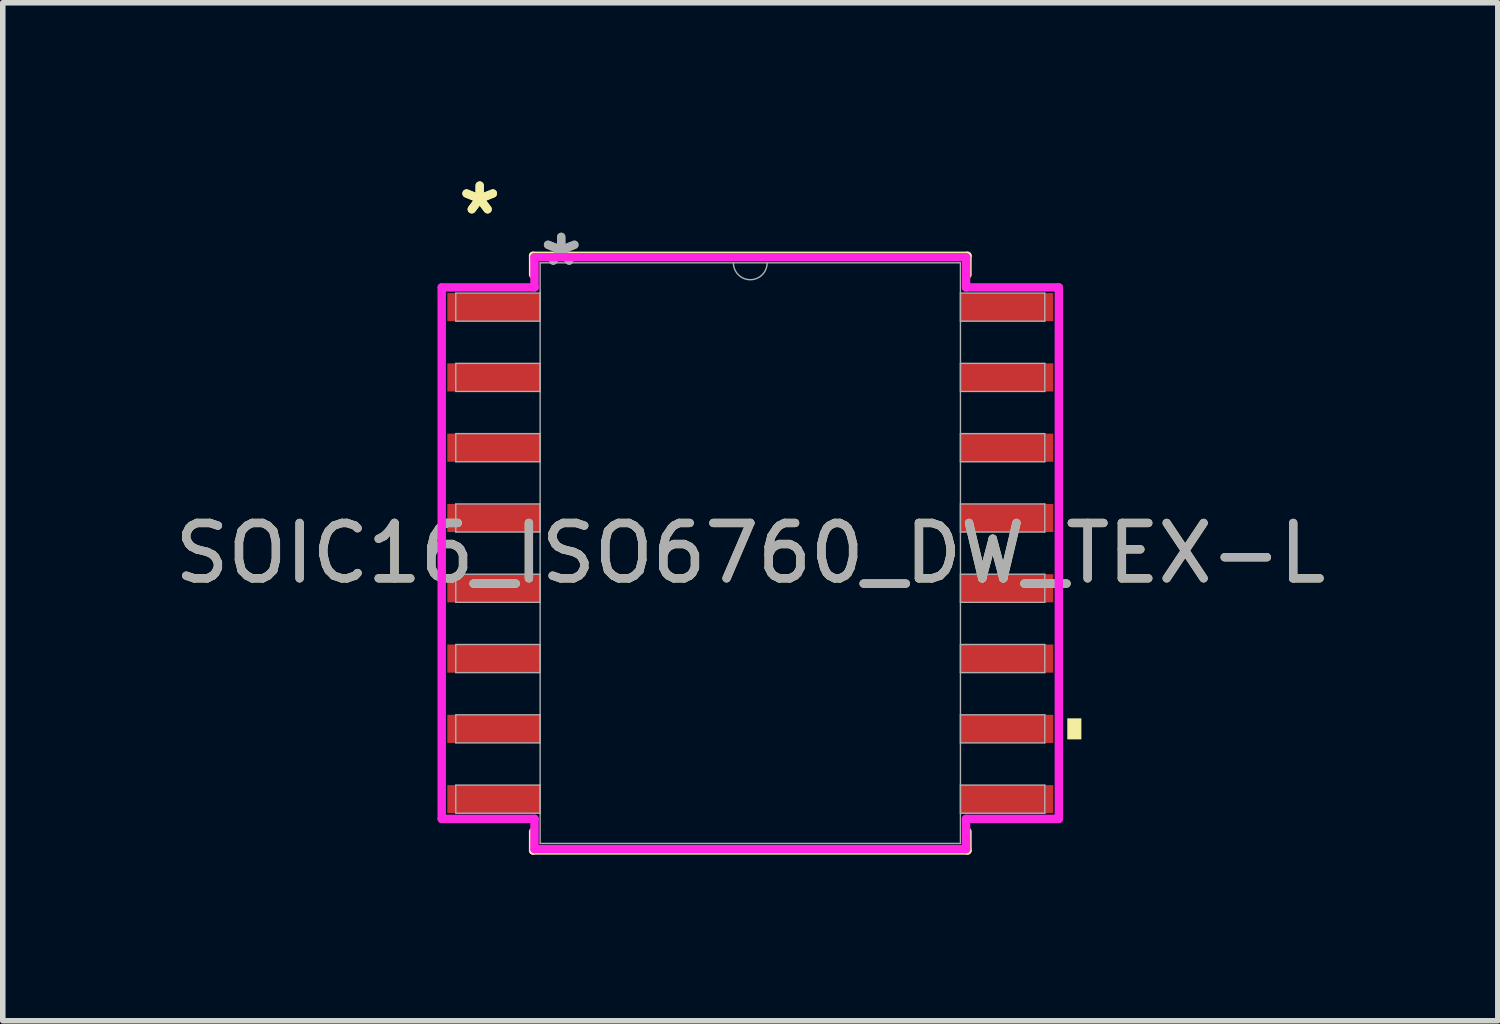
<source format=kicad_pcb>
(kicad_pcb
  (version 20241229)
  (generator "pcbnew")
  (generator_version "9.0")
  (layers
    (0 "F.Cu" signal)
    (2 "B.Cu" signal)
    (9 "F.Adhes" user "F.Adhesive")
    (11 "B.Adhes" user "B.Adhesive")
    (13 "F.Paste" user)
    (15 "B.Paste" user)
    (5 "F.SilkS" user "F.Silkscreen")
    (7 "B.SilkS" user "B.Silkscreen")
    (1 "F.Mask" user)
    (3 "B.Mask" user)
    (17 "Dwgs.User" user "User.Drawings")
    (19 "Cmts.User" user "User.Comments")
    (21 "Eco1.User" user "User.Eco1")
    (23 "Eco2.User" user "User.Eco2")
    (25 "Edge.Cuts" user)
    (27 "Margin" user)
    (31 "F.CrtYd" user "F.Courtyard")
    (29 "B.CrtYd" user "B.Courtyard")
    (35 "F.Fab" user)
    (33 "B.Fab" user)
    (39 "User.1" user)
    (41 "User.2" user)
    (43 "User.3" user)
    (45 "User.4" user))
  (footprint "SOIC16_ISO6760_DW_TEX-L"
    (layer "F.Cu")
    (at 10.506 6.944)
    (property "Reference" "SOIC16_ISO6760_DW_TEX-L" (at 0 0 0) (unlocked yes) (layer "F.SilkS") (effects (font (size 1 1) (thickness 0.15))))
    (attr smd)
    (fp_line (start -3.924 -5.372) (end -3.924 -5.032) (stroke (width 0.152) (type solid)) (layer "F.SilkS"))
    (fp_line (start -3.924 5.032) (end -3.924 5.372) (stroke (width 0.152) (type solid)) (layer "F.SilkS"))
    (fp_line (start -3.924 5.372) (end 3.924 5.372) (stroke (width 0.152) (type solid)) (layer "F.SilkS"))
    (fp_line (start 3.924 -5.372) (end -3.924 -5.372) (stroke (width 0.152) (type solid)) (layer "F.SilkS"))
    (fp_line (start 3.924 -5.032) (end 3.924 -5.372) (stroke (width 0.152) (type solid)) (layer "F.SilkS"))
    (fp_line (start 3.924 5.372) (end 3.924 5.032) (stroke (width 0.152) (type solid)) (layer "F.SilkS"))
    (fp_poly (pts (xy 5.982 2.985) (xy 5.982 3.365) (xy 5.728 3.365) (xy 5.728 2.985)) (stroke (width 0) (type solid)) (fill yes) (layer "F.SilkS"))
    (fp_line (start -5.575 -4.801) (end -3.899 -4.801) (stroke (width 0.152) (type solid)) (layer "F.CrtYd"))
    (fp_line (start -5.575 4.801) (end -5.575 -4.801) (stroke (width 0.152) (type solid)) (layer "F.CrtYd"))
    (fp_line (start -5.575 4.801) (end -3.899 4.801) (stroke (width 0.152) (type solid)) (layer "F.CrtYd"))
    (fp_line (start -3.899 -5.347) (end 3.899 -5.347) (stroke (width 0.152) (type solid)) (layer "F.CrtYd"))
    (fp_line (start -3.899 -4.801) (end -3.899 -5.347) (stroke (width 0.152) (type solid)) (layer "F.CrtYd"))
    (fp_line (start -3.899 5.347) (end -3.899 4.801) (stroke (width 0.152) (type solid)) (layer "F.CrtYd"))
    (fp_line (start 3.899 -5.347) (end 3.899 -4.801) (stroke (width 0.152) (type solid)) (layer "F.CrtYd"))
    (fp_line (start 3.899 4.801) (end 3.899 5.347) (stroke (width 0.152) (type solid)) (layer "F.CrtYd"))
    (fp_line (start 3.899 5.347) (end -3.899 5.347) (stroke (width 0.152) (type solid)) (layer "F.CrtYd"))
    (fp_line (start 5.575 -4.801) (end 3.899 -4.801) (stroke (width 0.152) (type solid)) (layer "F.CrtYd"))
    (fp_line (start 5.575 -4.801) (end 5.575 4.801) (stroke (width 0.152) (type solid)) (layer "F.CrtYd"))
    (fp_line (start 5.575 4.801) (end 3.899 4.801) (stroke (width 0.152) (type solid)) (layer "F.CrtYd"))
    (fp_line (start -5.321 -4.699) (end -5.321 -4.191) (stroke (width 0.025) (type solid)) (layer "F.Fab"))
    (fp_line (start -5.321 -4.191) (end -3.797 -4.191) (stroke (width 0.025) (type solid)) (layer "F.Fab"))
    (fp_line (start -5.321 -3.429) (end -5.321 -2.921) (stroke (width 0.025) (type solid)) (layer "F.Fab"))
    (fp_line (start -5.321 -2.921) (end -3.797 -2.921) (stroke (width 0.025) (type solid)) (layer "F.Fab"))
    (fp_line (start -5.321 -2.159) (end -5.321 -1.651) (stroke (width 0.025) (type solid)) (layer "F.Fab"))
    (fp_line (start -5.321 -1.651) (end -3.797 -1.651) (stroke (width 0.025) (type solid)) (layer "F.Fab"))
    (fp_line (start -5.321 -0.889) (end -5.321 -0.381) (stroke (width 0.025) (type solid)) (layer "F.Fab"))
    (fp_line (start -5.321 -0.381) (end -3.797 -0.381) (stroke (width 0.025) (type solid)) (layer "F.Fab"))
    (fp_line (start -5.321 0.381) (end -5.321 0.889) (stroke (width 0.025) (type solid)) (layer "F.Fab"))
    (fp_line (start -5.321 0.889) (end -3.797 0.889) (stroke (width 0.025) (type solid)) (layer "F.Fab"))
    (fp_line (start -5.321 1.651) (end -5.321 2.159) (stroke (width 0.025) (type solid)) (layer "F.Fab"))
    (fp_line (start -5.321 2.159) (end -3.797 2.159) (stroke (width 0.025) (type solid)) (layer "F.Fab"))
    (fp_line (start -5.321 2.921) (end -5.321 3.429) (stroke (width 0.025) (type solid)) (layer "F.Fab"))
    (fp_line (start -5.321 3.429) (end -3.797 3.429) (stroke (width 0.025) (type solid)) (layer "F.Fab"))
    (fp_line (start -5.321 4.191) (end -5.321 4.699) (stroke (width 0.025) (type solid)) (layer "F.Fab"))
    (fp_line (start -5.321 4.699) (end -3.797 4.699) (stroke (width 0.025) (type solid)) (layer "F.Fab"))
    (fp_line (start -3.797 -5.245) (end -3.797 5.245) (stroke (width 0.025) (type solid)) (layer "F.Fab"))
    (fp_line (start -3.797 -4.699) (end -5.321 -4.699) (stroke (width 0.025) (type solid)) (layer "F.Fab"))
    (fp_line (start -3.797 -4.191) (end -3.797 -4.699) (stroke (width 0.025) (type solid)) (layer "F.Fab"))
    (fp_line (start -3.797 -3.429) (end -5.321 -3.429) (stroke (width 0.025) (type solid)) (layer "F.Fab"))
    (fp_line (start -3.797 -2.921) (end -3.797 -3.429) (stroke (width 0.025) (type solid)) (layer "F.Fab"))
    (fp_line (start -3.797 -2.159) (end -5.321 -2.159) (stroke (width 0.025) (type solid)) (layer "F.Fab"))
    (fp_line (start -3.797 -1.651) (end -3.797 -2.159) (stroke (width 0.025) (type solid)) (layer "F.Fab"))
    (fp_line (start -3.797 -0.889) (end -5.321 -0.889) (stroke (width 0.025) (type solid)) (layer "F.Fab"))
    (fp_line (start -3.797 -0.381) (end -3.797 -0.889) (stroke (width 0.025) (type solid)) (layer "F.Fab"))
    (fp_line (start -3.797 0.381) (end -5.321 0.381) (stroke (width 0.025) (type solid)) (layer "F.Fab"))
    (fp_line (start -3.797 0.889) (end -3.797 0.381) (stroke (width 0.025) (type solid)) (layer "F.Fab"))
    (fp_line (start -3.797 1.651) (end -5.321 1.651) (stroke (width 0.025) (type solid)) (layer "F.Fab"))
    (fp_line (start -3.797 2.159) (end -3.797 1.651) (stroke (width 0.025) (type solid)) (layer "F.Fab"))
    (fp_line (start -3.797 2.921) (end -5.321 2.921) (stroke (width 0.025) (type solid)) (layer "F.Fab"))
    (fp_line (start -3.797 3.429) (end -3.797 2.921) (stroke (width 0.025) (type solid)) (layer "F.Fab"))
    (fp_line (start -3.797 4.191) (end -5.321 4.191) (stroke (width 0.025) (type solid)) (layer "F.Fab"))
    (fp_line (start -3.797 4.699) (end -3.797 4.191) (stroke (width 0.025) (type solid)) (layer "F.Fab"))
    (fp_line (start -3.797 5.245) (end 3.797 5.245) (stroke (width 0.025) (type solid)) (layer "F.Fab"))
    (fp_line (start 3.797 -5.245) (end -3.797 -5.245) (stroke (width 0.025) (type solid)) (layer "F.Fab"))
    (fp_line (start 3.797 -4.699) (end 3.797 -4.191) (stroke (width 0.025) (type solid)) (layer "F.Fab"))
    (fp_line (start 3.797 -4.191) (end 5.321 -4.191) (stroke (width 0.025) (type solid)) (layer "F.Fab"))
    (fp_line (start 3.797 -3.429) (end 3.797 -2.921) (stroke (width 0.025) (type solid)) (layer "F.Fab"))
    (fp_line (start 3.797 -2.921) (end 5.321 -2.921) (stroke (width 0.025) (type solid)) (layer "F.Fab"))
    (fp_line (start 3.797 -2.159) (end 3.797 -1.651) (stroke (width 0.025) (type solid)) (layer "F.Fab"))
    (fp_line (start 3.797 -1.651) (end 5.321 -1.651) (stroke (width 0.025) (type solid)) (layer "F.Fab"))
    (fp_line (start 3.797 -0.889) (end 3.797 -0.381) (stroke (width 0.025) (type solid)) (layer "F.Fab"))
    (fp_line (start 3.797 -0.381) (end 5.321 -0.381) (stroke (width 0.025) (type solid)) (layer "F.Fab"))
    (fp_line (start 3.797 0.381) (end 3.797 0.889) (stroke (width 0.025) (type solid)) (layer "F.Fab"))
    (fp_line (start 3.797 0.889) (end 5.321 0.889) (stroke (width 0.025) (type solid)) (layer "F.Fab"))
    (fp_line (start 3.797 1.651) (end 3.797 2.159) (stroke (width 0.025) (type solid)) (layer "F.Fab"))
    (fp_line (start 3.797 2.159) (end 5.321 2.159) (stroke (width 0.025) (type solid)) (layer "F.Fab"))
    (fp_line (start 3.797 2.921) (end 3.797 3.429) (stroke (width 0.025) (type solid)) (layer "F.Fab"))
    (fp_line (start 3.797 3.429) (end 5.321 3.429) (stroke (width 0.025) (type solid)) (layer "F.Fab"))
    (fp_line (start 3.797 4.191) (end 3.797 4.699) (stroke (width 0.025) (type solid)) (layer "F.Fab"))
    (fp_line (start 3.797 4.699) (end 5.321 4.699) (stroke (width 0.025) (type solid)) (layer "F.Fab"))
    (fp_line (start 3.797 5.245) (end 3.797 -5.245) (stroke (width 0.025) (type solid)) (layer "F.Fab"))
    (fp_line (start 5.321 -4.699) (end 3.797 -4.699) (stroke (width 0.025) (type solid)) (layer "F.Fab"))
    (fp_line (start 5.321 -4.191) (end 5.321 -4.699) (stroke (width 0.025) (type solid)) (layer "F.Fab"))
    (fp_line (start 5.321 -3.429) (end 3.797 -3.429) (stroke (width 0.025) (type solid)) (layer "F.Fab"))
    (fp_line (start 5.321 -2.921) (end 5.321 -3.429) (stroke (width 0.025) (type solid)) (layer "F.Fab"))
    (fp_line (start 5.321 -2.159) (end 3.797 -2.159) (stroke (width 0.025) (type solid)) (layer "F.Fab"))
    (fp_line (start 5.321 -1.651) (end 5.321 -2.159) (stroke (width 0.025) (type solid)) (layer "F.Fab"))
    (fp_line (start 5.321 -0.889) (end 3.797 -0.889) (stroke (width 0.025) (type solid)) (layer "F.Fab"))
    (fp_line (start 5.321 -0.381) (end 5.321 -0.889) (stroke (width 0.025) (type solid)) (layer "F.Fab"))
    (fp_line (start 5.321 0.381) (end 3.797 0.381) (stroke (width 0.025) (type solid)) (layer "F.Fab"))
    (fp_line (start 5.321 0.889) (end 5.321 0.381) (stroke (width 0.025) (type solid)) (layer "F.Fab"))
    (fp_line (start 5.321 1.651) (end 3.797 1.651) (stroke (width 0.025) (type solid)) (layer "F.Fab"))
    (fp_line (start 5.321 2.159) (end 5.321 1.651) (stroke (width 0.025) (type solid)) (layer "F.Fab"))
    (fp_line (start 5.321 2.921) (end 3.797 2.921) (stroke (width 0.025) (type solid)) (layer "F.Fab"))
    (fp_line (start 5.321 3.429) (end 5.321 2.921) (stroke (width 0.025) (type solid)) (layer "F.Fab"))
    (fp_line (start 5.321 4.191) (end 3.797 4.191) (stroke (width 0.025) (type solid)) (layer "F.Fab"))
    (fp_line (start 5.321 4.699) (end 5.321 4.191) (stroke (width 0.025) (type solid)) (layer "F.Fab"))
    (fp_arc (start 0.3048 -5.2451) (mid 0 -4.9403) (end -0.3048 -5.2451) (stroke (width 0.0254) (type solid)) (layer "F.Fab"))
    (fp_text user "*" (at -4.889 -6.096 0) (layer "F.SilkS") (effects (font (size 1 1) (thickness 0.15))))
    (fp_text user "*" (at -4.889 -6.096 0) (unlocked yes) (layer "F.SilkS") (effects (font (size 1 1) (thickness 0.15))))
    (fp_text user "*" (at -3.416 -5.169 0) (unlocked yes) (layer "F.Fab") (effects (font (size 1 1) (thickness 0.15))))
    (fp_text user "*" (at -3.416 -5.169 0) (layer "F.Fab") (effects (font (size 1 1) (thickness 0.15))))
    (fp_text user "${REFERENCE}" (at 0 0 0) (unlocked yes) (layer "F.Fab") (effects (font (size 1 1) (thickness 0.15))))
    (pad "1" smd rect (at -4.636 -4.445) (size 1.676 0.508) (layers "F.Cu" "F.Mask" "F.Paste"))
    (pad "2" smd rect (at -4.636 -3.175) (size 1.676 0.508) (layers "F.Cu" "F.Mask" "F.Paste"))
    (pad "3" smd rect (at -4.636 -1.905) (size 1.676 0.508) (layers "F.Cu" "F.Mask" "F.Paste"))
    (pad "4" smd rect (at -4.636 -0.635) (size 1.676 0.508) (layers "F.Cu" "F.Mask" "F.Paste"))
    (pad "5" smd rect (at -4.636 0.635) (size 1.676 0.508) (layers "F.Cu" "F.Mask" "F.Paste"))
    (pad "6" smd rect (at -4.636 1.905) (size 1.676 0.508) (layers "F.Cu" "F.Mask" "F.Paste"))
    (pad "7" smd rect (at -4.636 3.175) (size 1.676 0.508) (layers "F.Cu" "F.Mask" "F.Paste"))
    (pad "8" smd rect (at -4.636 4.445) (size 1.676 0.508) (layers "F.Cu" "F.Mask" "F.Paste"))
    (pad "9" smd rect (at 4.636 4.445) (size 1.676 0.508) (layers "F.Cu" "F.Mask" "F.Paste"))
    (pad "10" smd rect (at 4.636 3.175) (size 1.676 0.508) (layers "F.Cu" "F.Mask" "F.Paste"))
    (pad "11" smd rect (at 4.636 1.905) (size 1.676 0.508) (layers "F.Cu" "F.Mask" "F.Paste"))
    (pad "12" smd rect (at 4.636 0.635) (size 1.676 0.508) (layers "F.Cu" "F.Mask" "F.Paste"))
    (pad "13" smd rect (at 4.636 -0.635) (size 1.676 0.508) (layers "F.Cu" "F.Mask" "F.Paste"))
    (pad "14" smd rect (at 4.636 -1.905) (size 1.676 0.508) (layers "F.Cu" "F.Mask" "F.Paste"))
    (pad "15" smd rect (at 4.636 -3.175) (size 1.676 0.508) (layers "F.Cu" "F.Mask" "F.Paste"))
    (pad "16" smd rect (at 4.636 -4.445) (size 1.676 0.508) (layers "F.Cu" "F.Mask" "F.Paste")))
  (gr_rect
    (start -3 -3)
    (end 24.012 15.393)
    (stroke (width 0.1) (type default))
    (fill no)
    (layer "Edge.Cuts")))
</source>
